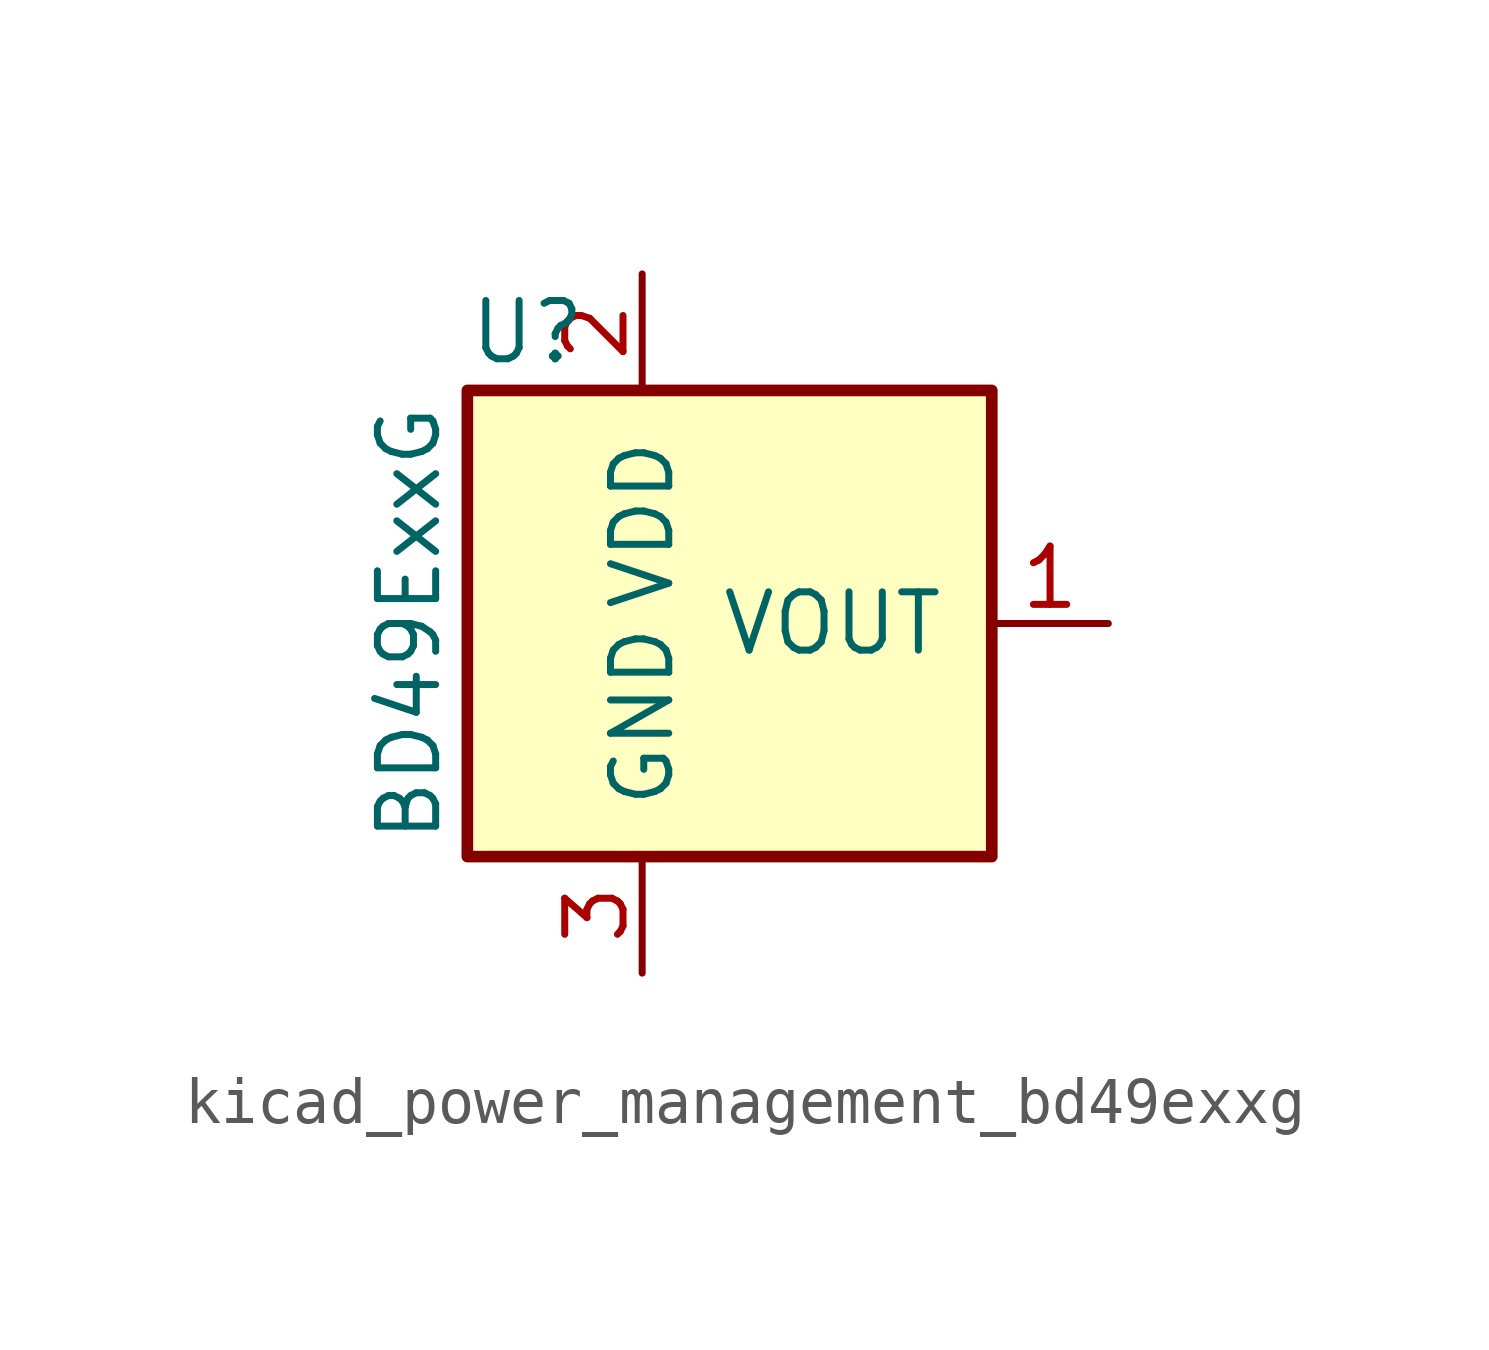
<source format=kicad_sym>
(kicad_symbol_lib
  (version 20220914)
  (generator kicad_symbol_editor)
  (symbol "kicad_power_management_bd49exxg"
    (pin_names
      (offset 1.016))
    (property "Reference" "U"
      (at -3.81 6.35 0)
      (effects (font (size 1.27 1.27)) (justify left)))
    (property "Value" "BD49ExxG"
      (at -5.08 0 90)
      (effects (font (size 1.27 1.27))))
    (symbol "kicad_power_management_bd49exxg_1_1"
      (rectangle (start -3.81 5.08) (end 7.62 -5.08) (stroke (width 0.254) (type default)) (fill (type background)))
      (pin output line (at 10.16 0 180) (length 2.54) (name "VOUT" (effects (font (size 1.27 1.27)))) (number "1" (effects (font (size 1.27 1.27)))))
      (pin power_in line (at 0 7.62 270) (length 2.54) (name "VDD" (effects (font (size 1.27 1.27)))) (number "2" (effects (font (size 1.27 1.27)))))
      (pin power_in line (at 0 -7.62 90) (length 2.54) (name "GND" (effects (font (size 1.27 1.27)))) (number "3" (effects (font (size 1.27 1.27))))))))
</source>
